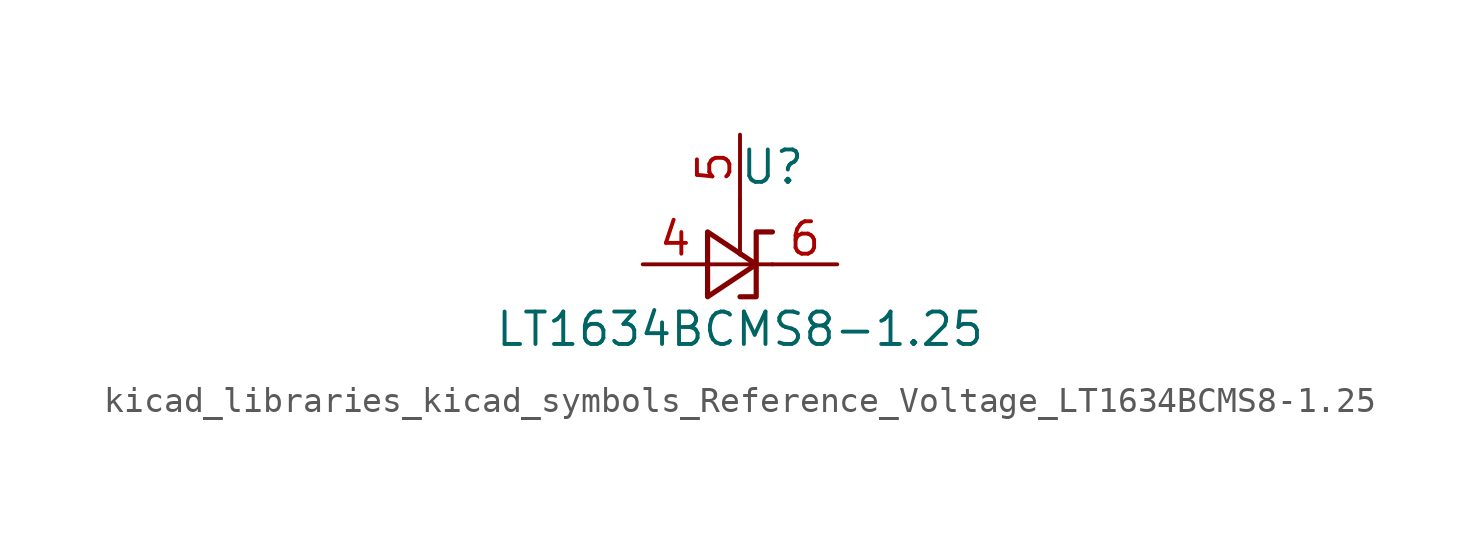
<source format=kicad_sym>
(kicad_symbol_lib
  (version 20220914)
  (generator kicad_symbol_editor)
  (symbol "kicad_libraries_kicad_symbols_Reference_Voltage_LT1634BCMS8-1.25"
    (pin_names
      (offset 0.254) hide)
    (property "Reference" "U"
      (at 1.27 3.81 0)
      (effects (font (size 1.27 1.27))))
    (property "Value" "LT1634BCMS8-1.25"
      (at 0 -2.54 0)
      (effects (font (size 1.27 1.27))))
    (symbol "kicad_libraries_kicad_symbols_Reference_Voltage_LT1634BCMS8-1.25_1_1"
      (polyline (pts (xy 0 2.54) (xy 0 0.381)) (stroke (width 0) (type default)) (fill (type none)))
      (polyline (pts (xy -1.27 0) (xy 0 0) (xy 1.27 0)) (stroke (width 0) (type default)) (fill (type none)))
      (polyline (pts (xy -1.27 -1.27) (xy 0.635 0) (xy -1.27 1.27) (xy -1.27 -1.27)) (stroke (width 0.203) (type default)) (fill (type none)))
      (polyline (pts (xy 0 -1.27) (xy 0.635 -1.27) (xy 0.635 1.27) (xy 1.27 1.27)) (stroke (width 0.203) (type default)) (fill (type none)))
      (pin passive line (at -3.81 0 0) (length 2.54) (name "A" (effects (font (size 1.27 1.27)))) (number "4" (effects (font (size 1.27 1.27)))))
      (pin input line (at 0 5.08 270) (length 2.54) (name "Test" (effects (font (size 1.27 1.27)))) (number "5" (effects (font (size 1.27 1.27)))))
      (pin passive line (at 3.81 0 180) (length 2.54) (name "K" (effects (font (size 1.27 1.27)))) (number "6" (effects (font (size 1.27 1.27))))))))
</source>
